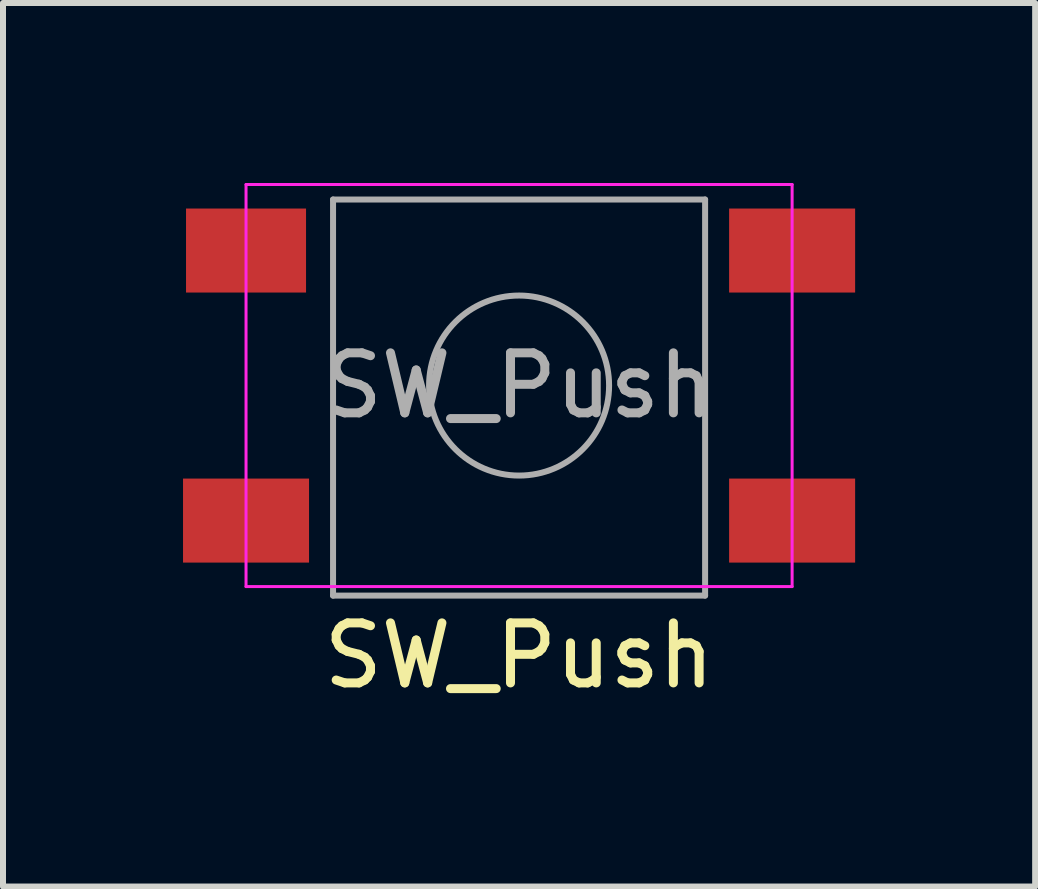
<source format=kicad_pcb>
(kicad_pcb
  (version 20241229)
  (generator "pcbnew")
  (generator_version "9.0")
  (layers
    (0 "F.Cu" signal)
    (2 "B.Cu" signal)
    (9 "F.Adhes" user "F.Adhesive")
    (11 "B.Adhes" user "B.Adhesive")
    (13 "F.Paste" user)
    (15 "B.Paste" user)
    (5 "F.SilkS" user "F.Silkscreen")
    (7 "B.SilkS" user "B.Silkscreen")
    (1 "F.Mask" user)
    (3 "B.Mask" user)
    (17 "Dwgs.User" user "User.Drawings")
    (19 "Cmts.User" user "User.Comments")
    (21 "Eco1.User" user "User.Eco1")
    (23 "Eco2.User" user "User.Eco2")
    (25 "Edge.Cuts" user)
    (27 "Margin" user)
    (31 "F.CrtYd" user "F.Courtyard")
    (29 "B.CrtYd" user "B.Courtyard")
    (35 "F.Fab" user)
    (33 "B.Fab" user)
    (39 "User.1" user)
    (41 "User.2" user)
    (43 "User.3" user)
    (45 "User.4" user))
  (footprint "SW_Push"
    (layer "F.Cu")
    (at 5.6 3.375)
    (property "Reference" "SW_Push" (at 0 4.5 0) (layer "F.SilkS") (effects (font (size 1 1) (thickness 0.15))))
    (attr smd)
    (fp_line (start -4.55 -3.35) (end 4.55 -3.35) (stroke (width 0.05) (type solid)) (layer "F.CrtYd"))
    (fp_line (start -4.55 3.35) (end -4.55 -3.35) (stroke (width 0.05) (type solid)) (layer "F.CrtYd"))
    (fp_line (start 4.55 -3.35) (end 4.55 3.35) (stroke (width 0.05) (type solid)) (layer "F.CrtYd"))
    (fp_line (start 4.55 3.35) (end -4.55 3.35) (stroke (width 0.05) (type solid)) (layer "F.CrtYd"))
    (fp_line (start -3.1 -3.1) (end 3.1 -3.1) (stroke (width 0.1) (type solid)) (layer "F.Fab"))
    (fp_line (start -3.1 3.5) (end -3.1 -3.1) (stroke (width 0.1) (type solid)) (layer "F.Fab"))
    (fp_line (start 3.1 -3.1) (end 3.1 3.5) (stroke (width 0.1) (type solid)) (layer "F.Fab"))
    (fp_line (start 3.1 3.5) (end -3.1 3.5) (stroke (width 0.1) (type solid)) (layer "F.Fab"))
    (fp_circle (center 0 0) (end 1.5 0) (stroke (width 0.1) (type solid)) (fill no) (layer "F.Fab"))
    (fp_text user "${REFERENCE}" (at 0 0 0) (layer "F.Fab") (effects (font (size 1 1) (thickness 0.15))))
    (pad "1" smd rect (at -4.55 -2.25) (size 2 1.4) (layers "F.Cu" "F.Mask" "F.Paste"))
    (pad "1" smd rect (at 4.55 -2.25) (size 2.1 1.4) (layers "F.Cu" "F.Mask" "F.Paste"))
    (pad "2" smd rect (at -4.55 2.25) (size 2.1 1.4) (layers "F.Cu" "F.Mask" "F.Paste"))
    (pad "2" smd rect (at 4.55 2.25) (size 2.1 1.4) (layers "F.Cu" "F.Mask" "F.Paste")))
  (gr_rect
    (start -3 -3)
    (end 14.2 11.723)
    (stroke (width 0.1) (type default))
    (fill no)
    (layer "Edge.Cuts")))
</source>
